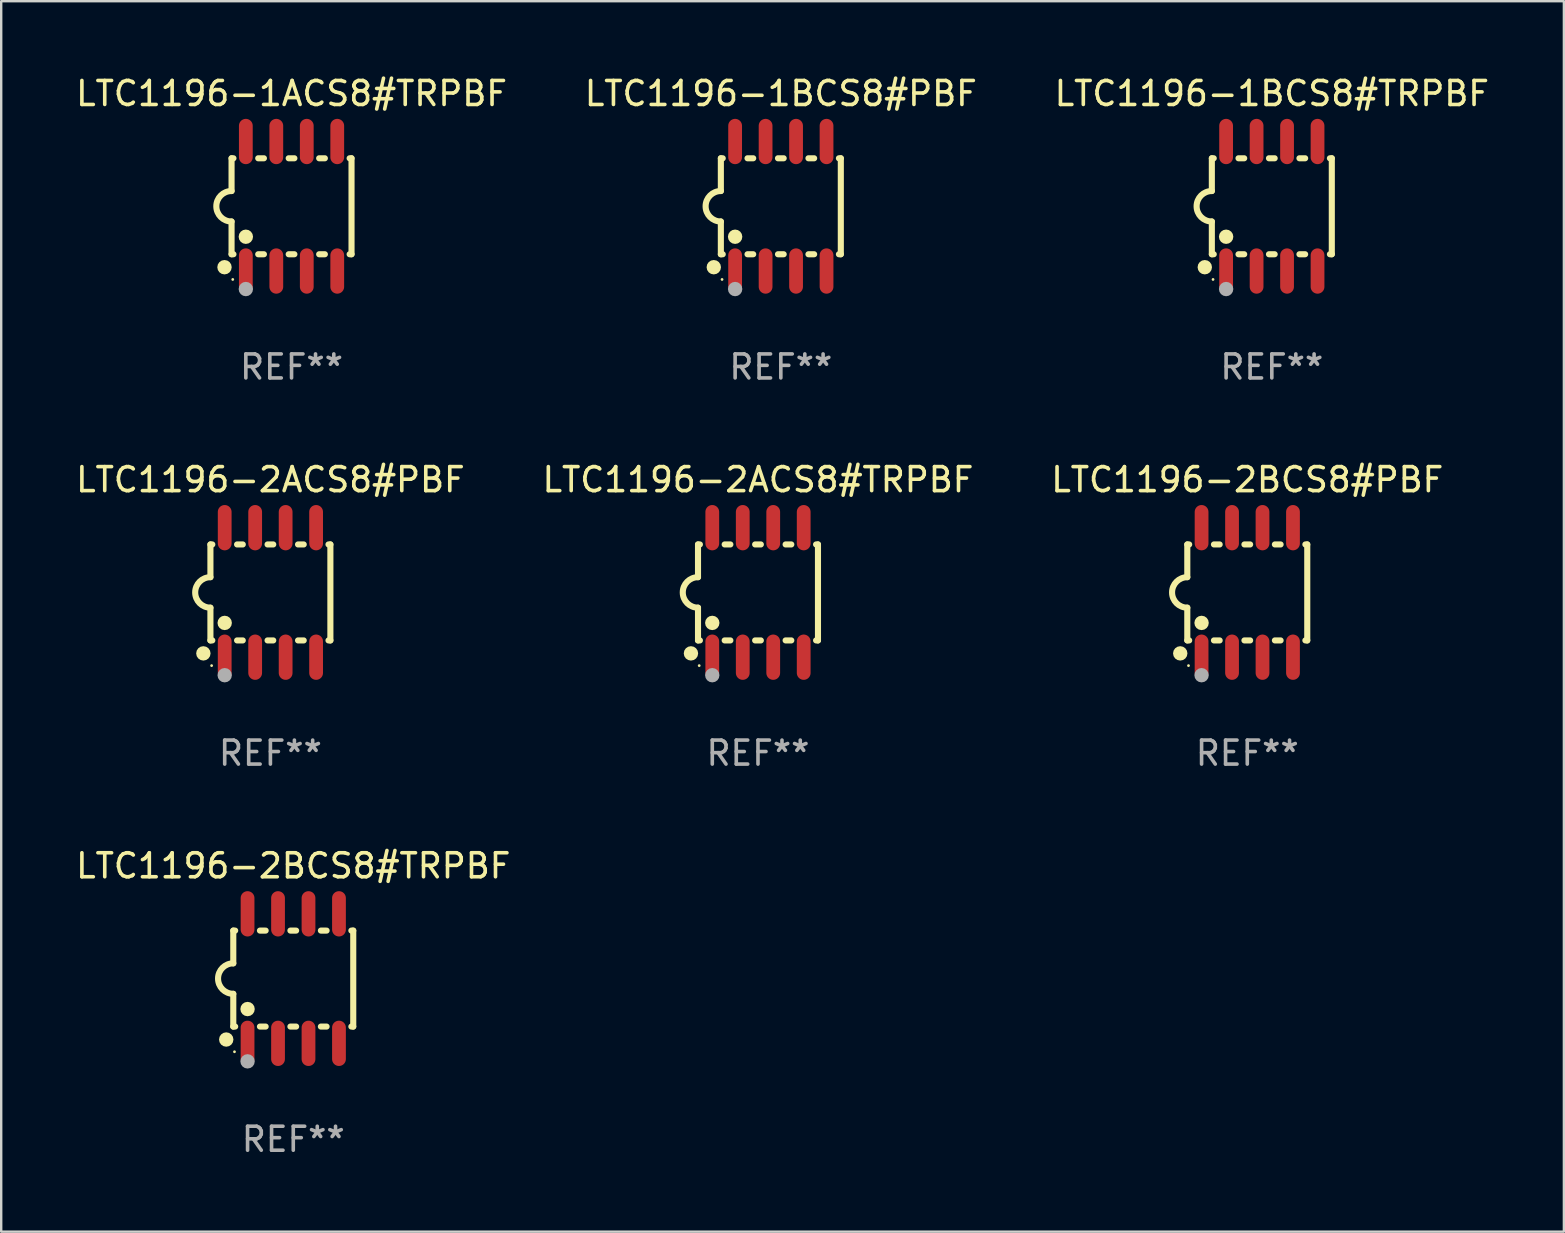
<source format=kicad_pcb>
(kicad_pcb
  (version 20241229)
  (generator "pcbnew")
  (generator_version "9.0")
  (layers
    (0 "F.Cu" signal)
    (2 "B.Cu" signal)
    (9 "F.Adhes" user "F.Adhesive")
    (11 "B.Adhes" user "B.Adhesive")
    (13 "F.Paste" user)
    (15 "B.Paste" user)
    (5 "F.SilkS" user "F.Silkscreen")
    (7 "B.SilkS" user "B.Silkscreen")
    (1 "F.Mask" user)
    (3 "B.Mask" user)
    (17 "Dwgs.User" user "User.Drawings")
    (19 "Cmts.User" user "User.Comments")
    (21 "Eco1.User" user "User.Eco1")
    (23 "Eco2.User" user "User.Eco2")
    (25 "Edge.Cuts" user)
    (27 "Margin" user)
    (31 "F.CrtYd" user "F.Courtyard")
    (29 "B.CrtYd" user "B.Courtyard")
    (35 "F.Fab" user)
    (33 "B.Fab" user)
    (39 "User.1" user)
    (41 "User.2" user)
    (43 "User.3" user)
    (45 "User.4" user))
  (footprint "LTC1196-2ACS8#TRPBF"
    (layer "F.Cu")
    (at 28.542 21.642)
    (property "Reference" "LTC1196-2ACS8#TRPBF" (at 0 -4.699 0) (layer "F.SilkS") (effects (font (size 1 1) (thickness 0.15))))
    (attr through_hole)
    (fp_line (start -2.5 -2) (end -2.5 -0.635) (stroke (width 0.254) (type solid)) (layer "F.SilkS"))
    (fp_line (start -2.5 -2) (end -2.421 -2) (stroke (width 0.254) (type solid)) (layer "F.SilkS"))
    (fp_line (start -2.5 2) (end -2.5 0.635) (stroke (width 0.254) (type solid)) (layer "F.SilkS"))
    (fp_line (start -2.5 2) (end -2.421 2) (stroke (width 0.254) (type solid)) (layer "F.SilkS"))
    (fp_line (start -1.389 -2) (end -1.151 -2) (stroke (width 0.254) (type solid)) (layer "F.SilkS"))
    (fp_line (start -1.389 2) (end -1.151 2) (stroke (width 0.254) (type solid)) (layer "F.SilkS"))
    (fp_line (start -0.119 -2) (end 0.119 -2) (stroke (width 0.254) (type solid)) (layer "F.SilkS"))
    (fp_line (start -0.119 2) (end 0.119 2) (stroke (width 0.254) (type solid)) (layer "F.SilkS"))
    (fp_line (start 1.151 -2) (end 1.389 -2) (stroke (width 0.254) (type solid)) (layer "F.SilkS"))
    (fp_line (start 1.151 2) (end 1.389 2) (stroke (width 0.254) (type solid)) (layer "F.SilkS"))
    (fp_line (start 2.421 -2) (end 2.5 -2) (stroke (width 0.254) (type solid)) (layer "F.SilkS"))
    (fp_line (start 2.421 2) (end 2.5 2) (stroke (width 0.254) (type solid)) (layer "F.SilkS"))
    (fp_line (start 2.5 -2) (end 2.5 2) (stroke (width 0.254) (type solid)) (layer "F.SilkS"))
    (fp_arc (start -2.5 0.635001) (mid -3.134366 -0.000318) (end -2.499365 -0.635001) (stroke (width 0.254001) (type solid)) (layer "F.SilkS"))
    (fp_circle (center -2.794 2.54) (end -2.644 2.54) (stroke (width 0.3) (type solid)) (fill no) (layer "F.SilkS"))
    (fp_circle (center -2.45 3.05) (end -2.42 3.05) (stroke (width 0.06) (type solid)) (fill no) (layer "F.SilkS"))
    (fp_circle (center -1.905 1.27) (end -1.755 1.27) (stroke (width 0.3) (type solid)) (fill no) (layer "F.SilkS"))
    (fp_circle (center -1.905 3.45) (end -1.755 3.45) (stroke (width 0.3) (type solid)) (fill no) (layer "F.Fab"))
    (fp_text user "REF**" (at 0 6.699 0) (layer "F.Fab") (effects (font (size 1 1) (thickness 0.15))))
    (pad "1" smd oval (at -1.905 2.699) (size 0.574 1.888) (layers "F.Cu" "F.Mask" "F.Paste"))
    (pad "2" smd oval (at -0.635 2.699) (size 0.574 1.888) (layers "F.Cu" "F.Mask" "F.Paste"))
    (pad "3" smd oval (at 0.635 2.699) (size 0.574 1.888) (layers "F.Cu" "F.Mask" "F.Paste"))
    (pad "4" smd oval (at 1.905 2.699) (size 0.574 1.888) (layers "F.Cu" "F.Mask" "F.Paste"))
    (pad "5" smd oval (at 1.905 -2.699) (size 0.574 1.888) (layers "F.Cu" "F.Mask" "F.Paste"))
    (pad "6" smd oval (at 0.635 -2.699) (size 0.574 1.888) (layers "F.Cu" "F.Mask" "F.Paste"))
    (pad "7" smd oval (at -0.635 -2.699) (size 0.574 1.888) (layers "F.Cu" "F.Mask" "F.Paste"))
    (pad "8" smd oval (at -1.905 -2.699) (size 0.574 1.888) (layers "F.Cu" "F.Mask" "F.Paste")))
  (footprint "LTC1196-2BCS8#PBF"
    (layer "F.Cu")
    (at 48.935 21.642)
    (property "Reference" "LTC1196-2BCS8#PBF" (at 0 -4.699 0) (layer "F.SilkS") (effects (font (size 1 1) (thickness 0.15))))
    (attr through_hole)
    (fp_line (start -2.5 -2) (end -2.5 -0.635) (stroke (width 0.254) (type solid)) (layer "F.SilkS"))
    (fp_line (start -2.5 -2) (end -2.421 -2) (stroke (width 0.254) (type solid)) (layer "F.SilkS"))
    (fp_line (start -2.5 2) (end -2.5 0.635) (stroke (width 0.254) (type solid)) (layer "F.SilkS"))
    (fp_line (start -2.5 2) (end -2.421 2) (stroke (width 0.254) (type solid)) (layer "F.SilkS"))
    (fp_line (start -1.389 -2) (end -1.151 -2) (stroke (width 0.254) (type solid)) (layer "F.SilkS"))
    (fp_line (start -1.389 2) (end -1.151 2) (stroke (width 0.254) (type solid)) (layer "F.SilkS"))
    (fp_line (start -0.119 -2) (end 0.119 -2) (stroke (width 0.254) (type solid)) (layer "F.SilkS"))
    (fp_line (start -0.119 2) (end 0.119 2) (stroke (width 0.254) (type solid)) (layer "F.SilkS"))
    (fp_line (start 1.151 -2) (end 1.389 -2) (stroke (width 0.254) (type solid)) (layer "F.SilkS"))
    (fp_line (start 1.151 2) (end 1.389 2) (stroke (width 0.254) (type solid)) (layer "F.SilkS"))
    (fp_line (start 2.421 -2) (end 2.5 -2) (stroke (width 0.254) (type solid)) (layer "F.SilkS"))
    (fp_line (start 2.421 2) (end 2.5 2) (stroke (width 0.254) (type solid)) (layer "F.SilkS"))
    (fp_line (start 2.5 -2) (end 2.5 2) (stroke (width 0.254) (type solid)) (layer "F.SilkS"))
    (fp_arc (start -2.5 0.635001) (mid -3.134366 -0.000318) (end -2.499365 -0.635001) (stroke (width 0.254001) (type solid)) (layer "F.SilkS"))
    (fp_circle (center -2.794 2.54) (end -2.644 2.54) (stroke (width 0.3) (type solid)) (fill no) (layer "F.SilkS"))
    (fp_circle (center -2.45 3.05) (end -2.42 3.05) (stroke (width 0.06) (type solid)) (fill no) (layer "F.SilkS"))
    (fp_circle (center -1.905 1.27) (end -1.755 1.27) (stroke (width 0.3) (type solid)) (fill no) (layer "F.SilkS"))
    (fp_circle (center -1.905 3.45) (end -1.755 3.45) (stroke (width 0.3) (type solid)) (fill no) (layer "F.Fab"))
    (fp_text user "REF**" (at 0 6.699 0) (layer "F.Fab") (effects (font (size 1 1) (thickness 0.15))))
    (pad "1" smd oval (at -1.905 2.699) (size 0.574 1.888) (layers "F.Cu" "F.Mask" "F.Paste"))
    (pad "2" smd oval (at -0.635 2.699) (size 0.574 1.888) (layers "F.Cu" "F.Mask" "F.Paste"))
    (pad "3" smd oval (at 0.635 2.699) (size 0.574 1.888) (layers "F.Cu" "F.Mask" "F.Paste"))
    (pad "4" smd oval (at 1.905 2.699) (size 0.574 1.888) (layers "F.Cu" "F.Mask" "F.Paste"))
    (pad "5" smd oval (at 1.905 -2.699) (size 0.574 1.888) (layers "F.Cu" "F.Mask" "F.Paste"))
    (pad "6" smd oval (at 0.635 -2.699) (size 0.574 1.888) (layers "F.Cu" "F.Mask" "F.Paste"))
    (pad "7" smd oval (at -0.635 -2.699) (size 0.574 1.888) (layers "F.Cu" "F.Mask" "F.Paste"))
    (pad "8" smd oval (at -1.905 -2.699) (size 0.574 1.888) (layers "F.Cu" "F.Mask" "F.Paste")))
  (footprint "LTC1196-1BCS8#TRPBF"
    (layer "F.Cu")
    (at 49.958 5.547)
    (property "Reference" "LTC1196-1BCS8#TRPBF" (at 0 -4.699 0) (layer "F.SilkS") (effects (font (size 1 1) (thickness 0.15))))
    (attr through_hole)
    (fp_line (start -2.5 -2) (end -2.5 -0.635) (stroke (width 0.254) (type solid)) (layer "F.SilkS"))
    (fp_line (start -2.5 -2) (end -2.421 -2) (stroke (width 0.254) (type solid)) (layer "F.SilkS"))
    (fp_line (start -2.5 2) (end -2.5 0.635) (stroke (width 0.254) (type solid)) (layer "F.SilkS"))
    (fp_line (start -2.5 2) (end -2.421 2) (stroke (width 0.254) (type solid)) (layer "F.SilkS"))
    (fp_line (start -1.389 -2) (end -1.151 -2) (stroke (width 0.254) (type solid)) (layer "F.SilkS"))
    (fp_line (start -1.389 2) (end -1.151 2) (stroke (width 0.254) (type solid)) (layer "F.SilkS"))
    (fp_line (start -0.119 -2) (end 0.119 -2) (stroke (width 0.254) (type solid)) (layer "F.SilkS"))
    (fp_line (start -0.119 2) (end 0.119 2) (stroke (width 0.254) (type solid)) (layer "F.SilkS"))
    (fp_line (start 1.151 -2) (end 1.389 -2) (stroke (width 0.254) (type solid)) (layer "F.SilkS"))
    (fp_line (start 1.151 2) (end 1.389 2) (stroke (width 0.254) (type solid)) (layer "F.SilkS"))
    (fp_line (start 2.421 -2) (end 2.5 -2) (stroke (width 0.254) (type solid)) (layer "F.SilkS"))
    (fp_line (start 2.421 2) (end 2.5 2) (stroke (width 0.254) (type solid)) (layer "F.SilkS"))
    (fp_line (start 2.5 -2) (end 2.5 2) (stroke (width 0.254) (type solid)) (layer "F.SilkS"))
    (fp_arc (start -2.5 0.635001) (mid -3.134366 -0.000318) (end -2.499365 -0.635001) (stroke (width 0.254001) (type solid)) (layer "F.SilkS"))
    (fp_circle (center -2.794 2.54) (end -2.644 2.54) (stroke (width 0.3) (type solid)) (fill no) (layer "F.SilkS"))
    (fp_circle (center -2.45 3.05) (end -2.42 3.05) (stroke (width 0.06) (type solid)) (fill no) (layer "F.SilkS"))
    (fp_circle (center -1.905 1.27) (end -1.755 1.27) (stroke (width 0.3) (type solid)) (fill no) (layer "F.SilkS"))
    (fp_circle (center -1.905 3.45) (end -1.755 3.45) (stroke (width 0.3) (type solid)) (fill no) (layer "F.Fab"))
    (fp_text user "REF**" (at 0 6.699 0) (layer "F.Fab") (effects (font (size 1 1) (thickness 0.15))))
    (pad "1" smd oval (at -1.905 2.699) (size 0.574 1.888) (layers "F.Cu" "F.Mask" "F.Paste"))
    (pad "2" smd oval (at -0.635 2.699) (size 0.574 1.888) (layers "F.Cu" "F.Mask" "F.Paste"))
    (pad "3" smd oval (at 0.635 2.699) (size 0.574 1.888) (layers "F.Cu" "F.Mask" "F.Paste"))
    (pad "4" smd oval (at 1.905 2.699) (size 0.574 1.888) (layers "F.Cu" "F.Mask" "F.Paste"))
    (pad "5" smd oval (at 1.905 -2.699) (size 0.574 1.888) (layers "F.Cu" "F.Mask" "F.Paste"))
    (pad "6" smd oval (at 0.635 -2.699) (size 0.574 1.888) (layers "F.Cu" "F.Mask" "F.Paste"))
    (pad "7" smd oval (at -0.635 -2.699) (size 0.574 1.888) (layers "F.Cu" "F.Mask" "F.Paste"))
    (pad "8" smd oval (at -1.905 -2.699) (size 0.574 1.888) (layers "F.Cu" "F.Mask" "F.Paste")))
  (footprint "LTC1196-1ACS8#TRPBF"
    (layer "F.Cu")
    (at 9.101 5.547)
    (property "Reference" "LTC1196-1ACS8#TRPBF" (at 0 -4.699 0) (layer "F.SilkS") (effects (font (size 1 1) (thickness 0.15))))
    (attr through_hole)
    (fp_line (start -2.5 -2) (end -2.5 -0.635) (stroke (width 0.254) (type solid)) (layer "F.SilkS"))
    (fp_line (start -2.5 -2) (end -2.421 -2) (stroke (width 0.254) (type solid)) (layer "F.SilkS"))
    (fp_line (start -2.5 2) (end -2.5 0.635) (stroke (width 0.254) (type solid)) (layer "F.SilkS"))
    (fp_line (start -2.5 2) (end -2.421 2) (stroke (width 0.254) (type solid)) (layer "F.SilkS"))
    (fp_line (start -1.389 -2) (end -1.151 -2) (stroke (width 0.254) (type solid)) (layer "F.SilkS"))
    (fp_line (start -1.389 2) (end -1.151 2) (stroke (width 0.254) (type solid)) (layer "F.SilkS"))
    (fp_line (start -0.119 -2) (end 0.119 -2) (stroke (width 0.254) (type solid)) (layer "F.SilkS"))
    (fp_line (start -0.119 2) (end 0.119 2) (stroke (width 0.254) (type solid)) (layer "F.SilkS"))
    (fp_line (start 1.151 -2) (end 1.389 -2) (stroke (width 0.254) (type solid)) (layer "F.SilkS"))
    (fp_line (start 1.151 2) (end 1.389 2) (stroke (width 0.254) (type solid)) (layer "F.SilkS"))
    (fp_line (start 2.421 -2) (end 2.5 -2) (stroke (width 0.254) (type solid)) (layer "F.SilkS"))
    (fp_line (start 2.421 2) (end 2.5 2) (stroke (width 0.254) (type solid)) (layer "F.SilkS"))
    (fp_line (start 2.5 -2) (end 2.5 2) (stroke (width 0.254) (type solid)) (layer "F.SilkS"))
    (fp_arc (start -2.5 0.635001) (mid -3.134366 -0.000318) (end -2.499365 -0.635001) (stroke (width 0.254001) (type solid)) (layer "F.SilkS"))
    (fp_circle (center -2.794 2.54) (end -2.644 2.54) (stroke (width 0.3) (type solid)) (fill no) (layer "F.SilkS"))
    (fp_circle (center -2.45 3.05) (end -2.42 3.05) (stroke (width 0.06) (type solid)) (fill no) (layer "F.SilkS"))
    (fp_circle (center -1.905 1.27) (end -1.755 1.27) (stroke (width 0.3) (type solid)) (fill no) (layer "F.SilkS"))
    (fp_circle (center -1.905 3.45) (end -1.755 3.45) (stroke (width 0.3) (type solid)) (fill no) (layer "F.Fab"))
    (fp_text user "REF**" (at 0 6.699 0) (layer "F.Fab") (effects (font (size 1 1) (thickness 0.15))))
    (pad "1" smd oval (at -1.905 2.699) (size 0.574 1.888) (layers "F.Cu" "F.Mask" "F.Paste"))
    (pad "2" smd oval (at -0.635 2.699) (size 0.574 1.888) (layers "F.Cu" "F.Mask" "F.Paste"))
    (pad "3" smd oval (at 0.635 2.699) (size 0.574 1.888) (layers "F.Cu" "F.Mask" "F.Paste"))
    (pad "4" smd oval (at 1.905 2.699) (size 0.574 1.888) (layers "F.Cu" "F.Mask" "F.Paste"))
    (pad "5" smd oval (at 1.905 -2.699) (size 0.574 1.888) (layers "F.Cu" "F.Mask" "F.Paste"))
    (pad "6" smd oval (at 0.635 -2.699) (size 0.574 1.888) (layers "F.Cu" "F.Mask" "F.Paste"))
    (pad "7" smd oval (at -0.635 -2.699) (size 0.574 1.888) (layers "F.Cu" "F.Mask" "F.Paste"))
    (pad "8" smd oval (at -1.905 -2.699) (size 0.574 1.888) (layers "F.Cu" "F.Mask" "F.Paste")))
  (footprint "LTC1196-2BCS8#TRPBF"
    (layer "F.Cu")
    (at 9.173 37.736)
    (property "Reference" "LTC1196-2BCS8#TRPBF" (at 0 -4.699 0) (layer "F.SilkS") (effects (font (size 1 1) (thickness 0.15))))
    (attr through_hole)
    (fp_line (start -2.5 -2) (end -2.5 -0.635) (stroke (width 0.254) (type solid)) (layer "F.SilkS"))
    (fp_line (start -2.5 -2) (end -2.421 -2) (stroke (width 0.254) (type solid)) (layer "F.SilkS"))
    (fp_line (start -2.5 2) (end -2.5 0.635) (stroke (width 0.254) (type solid)) (layer "F.SilkS"))
    (fp_line (start -2.5 2) (end -2.421 2) (stroke (width 0.254) (type solid)) (layer "F.SilkS"))
    (fp_line (start -1.389 -2) (end -1.151 -2) (stroke (width 0.254) (type solid)) (layer "F.SilkS"))
    (fp_line (start -1.389 2) (end -1.151 2) (stroke (width 0.254) (type solid)) (layer "F.SilkS"))
    (fp_line (start -0.119 -2) (end 0.119 -2) (stroke (width 0.254) (type solid)) (layer "F.SilkS"))
    (fp_line (start -0.119 2) (end 0.119 2) (stroke (width 0.254) (type solid)) (layer "F.SilkS"))
    (fp_line (start 1.151 -2) (end 1.389 -2) (stroke (width 0.254) (type solid)) (layer "F.SilkS"))
    (fp_line (start 1.151 2) (end 1.389 2) (stroke (width 0.254) (type solid)) (layer "F.SilkS"))
    (fp_line (start 2.421 -2) (end 2.5 -2) (stroke (width 0.254) (type solid)) (layer "F.SilkS"))
    (fp_line (start 2.421 2) (end 2.5 2) (stroke (width 0.254) (type solid)) (layer "F.SilkS"))
    (fp_line (start 2.5 -2) (end 2.5 2) (stroke (width 0.254) (type solid)) (layer "F.SilkS"))
    (fp_arc (start -2.5 0.635001) (mid -3.134366 -0.000318) (end -2.499365 -0.635001) (stroke (width 0.254001) (type solid)) (layer "F.SilkS"))
    (fp_circle (center -2.794 2.54) (end -2.644 2.54) (stroke (width 0.3) (type solid)) (fill no) (layer "F.SilkS"))
    (fp_circle (center -2.45 3.05) (end -2.42 3.05) (stroke (width 0.06) (type solid)) (fill no) (layer "F.SilkS"))
    (fp_circle (center -1.905 1.27) (end -1.755 1.27) (stroke (width 0.3) (type solid)) (fill no) (layer "F.SilkS"))
    (fp_circle (center -1.905 3.45) (end -1.755 3.45) (stroke (width 0.3) (type solid)) (fill no) (layer "F.Fab"))
    (fp_text user "REF**" (at 0 6.699 0) (layer "F.Fab") (effects (font (size 1 1) (thickness 0.15))))
    (pad "1" smd oval (at -1.905 2.699) (size 0.574 1.888) (layers "F.Cu" "F.Mask" "F.Paste"))
    (pad "2" smd oval (at -0.635 2.699) (size 0.574 1.888) (layers "F.Cu" "F.Mask" "F.Paste"))
    (pad "3" smd oval (at 0.635 2.699) (size 0.574 1.888) (layers "F.Cu" "F.Mask" "F.Paste"))
    (pad "4" smd oval (at 1.905 2.699) (size 0.574 1.888) (layers "F.Cu" "F.Mask" "F.Paste"))
    (pad "5" smd oval (at 1.905 -2.699) (size 0.574 1.888) (layers "F.Cu" "F.Mask" "F.Paste"))
    (pad "6" smd oval (at 0.635 -2.699) (size 0.574 1.888) (layers "F.Cu" "F.Mask" "F.Paste"))
    (pad "7" smd oval (at -0.635 -2.699) (size 0.574 1.888) (layers "F.Cu" "F.Mask" "F.Paste"))
    (pad "8" smd oval (at -1.905 -2.699) (size 0.574 1.888) (layers "F.Cu" "F.Mask" "F.Paste")))
  (footprint "LTC1196-2ACS8#PBF"
    (layer "F.Cu")
    (at 8.22 21.642)
    (property "Reference" "LTC1196-2ACS8#PBF" (at 0 -4.699 0) (layer "F.SilkS") (effects (font (size 1 1) (thickness 0.15))))
    (attr through_hole)
    (fp_line (start -2.5 -2) (end -2.5 -0.635) (stroke (width 0.254) (type solid)) (layer "F.SilkS"))
    (fp_line (start -2.5 -2) (end -2.421 -2) (stroke (width 0.254) (type solid)) (layer "F.SilkS"))
    (fp_line (start -2.5 2) (end -2.5 0.635) (stroke (width 0.254) (type solid)) (layer "F.SilkS"))
    (fp_line (start -2.5 2) (end -2.421 2) (stroke (width 0.254) (type solid)) (layer "F.SilkS"))
    (fp_line (start -1.389 -2) (end -1.151 -2) (stroke (width 0.254) (type solid)) (layer "F.SilkS"))
    (fp_line (start -1.389 2) (end -1.151 2) (stroke (width 0.254) (type solid)) (layer "F.SilkS"))
    (fp_line (start -0.119 -2) (end 0.119 -2) (stroke (width 0.254) (type solid)) (layer "F.SilkS"))
    (fp_line (start -0.119 2) (end 0.119 2) (stroke (width 0.254) (type solid)) (layer "F.SilkS"))
    (fp_line (start 1.151 -2) (end 1.389 -2) (stroke (width 0.254) (type solid)) (layer "F.SilkS"))
    (fp_line (start 1.151 2) (end 1.389 2) (stroke (width 0.254) (type solid)) (layer "F.SilkS"))
    (fp_line (start 2.421 -2) (end 2.5 -2) (stroke (width 0.254) (type solid)) (layer "F.SilkS"))
    (fp_line (start 2.421 2) (end 2.5 2) (stroke (width 0.254) (type solid)) (layer "F.SilkS"))
    (fp_line (start 2.5 -2) (end 2.5 2) (stroke (width 0.254) (type solid)) (layer "F.SilkS"))
    (fp_arc (start -2.5 0.635001) (mid -3.134366 -0.000318) (end -2.499365 -0.635001) (stroke (width 0.254001) (type solid)) (layer "F.SilkS"))
    (fp_circle (center -2.794 2.54) (end -2.644 2.54) (stroke (width 0.3) (type solid)) (fill no) (layer "F.SilkS"))
    (fp_circle (center -2.45 3.05) (end -2.42 3.05) (stroke (width 0.06) (type solid)) (fill no) (layer "F.SilkS"))
    (fp_circle (center -1.905 1.27) (end -1.755 1.27) (stroke (width 0.3) (type solid)) (fill no) (layer "F.SilkS"))
    (fp_circle (center -1.905 3.45) (end -1.755 3.45) (stroke (width 0.3) (type solid)) (fill no) (layer "F.Fab"))
    (fp_text user "REF**" (at 0 6.699 0) (layer "F.Fab") (effects (font (size 1 1) (thickness 0.15))))
    (pad "1" smd oval (at -1.905 2.699) (size 0.574 1.888) (layers "F.Cu" "F.Mask" "F.Paste"))
    (pad "2" smd oval (at -0.635 2.699) (size 0.574 1.888) (layers "F.Cu" "F.Mask" "F.Paste"))
    (pad "3" smd oval (at 0.635 2.699) (size 0.574 1.888) (layers "F.Cu" "F.Mask" "F.Paste"))
    (pad "4" smd oval (at 1.905 2.699) (size 0.574 1.888) (layers "F.Cu" "F.Mask" "F.Paste"))
    (pad "5" smd oval (at 1.905 -2.699) (size 0.574 1.888) (layers "F.Cu" "F.Mask" "F.Paste"))
    (pad "6" smd oval (at 0.635 -2.699) (size 0.574 1.888) (layers "F.Cu" "F.Mask" "F.Paste"))
    (pad "7" smd oval (at -0.635 -2.699) (size 0.574 1.888) (layers "F.Cu" "F.Mask" "F.Paste"))
    (pad "8" smd oval (at -1.905 -2.699) (size 0.574 1.888) (layers "F.Cu" "F.Mask" "F.Paste")))
  (footprint "LTC1196-1BCS8#PBF"
    (layer "F.Cu")
    (at 29.494 5.547)
    (property "Reference" "LTC1196-1BCS8#PBF" (at 0 -4.699 0) (layer "F.SilkS") (effects (font (size 1 1) (thickness 0.15))))
    (attr through_hole)
    (fp_line (start -2.5 -2) (end -2.5 -0.635) (stroke (width 0.254) (type solid)) (layer "F.SilkS"))
    (fp_line (start -2.5 -2) (end -2.421 -2) (stroke (width 0.254) (type solid)) (layer "F.SilkS"))
    (fp_line (start -2.5 2) (end -2.5 0.635) (stroke (width 0.254) (type solid)) (layer "F.SilkS"))
    (fp_line (start -2.5 2) (end -2.421 2) (stroke (width 0.254) (type solid)) (layer "F.SilkS"))
    (fp_line (start -1.389 -2) (end -1.151 -2) (stroke (width 0.254) (type solid)) (layer "F.SilkS"))
    (fp_line (start -1.389 2) (end -1.151 2) (stroke (width 0.254) (type solid)) (layer "F.SilkS"))
    (fp_line (start -0.119 -2) (end 0.119 -2) (stroke (width 0.254) (type solid)) (layer "F.SilkS"))
    (fp_line (start -0.119 2) (end 0.119 2) (stroke (width 0.254) (type solid)) (layer "F.SilkS"))
    (fp_line (start 1.151 -2) (end 1.389 -2) (stroke (width 0.254) (type solid)) (layer "F.SilkS"))
    (fp_line (start 1.151 2) (end 1.389 2) (stroke (width 0.254) (type solid)) (layer "F.SilkS"))
    (fp_line (start 2.421 -2) (end 2.5 -2) (stroke (width 0.254) (type solid)) (layer "F.SilkS"))
    (fp_line (start 2.421 2) (end 2.5 2) (stroke (width 0.254) (type solid)) (layer "F.SilkS"))
    (fp_line (start 2.5 -2) (end 2.5 2) (stroke (width 0.254) (type solid)) (layer "F.SilkS"))
    (fp_arc (start -2.5 0.635001) (mid -3.134366 -0.000318) (end -2.499365 -0.635001) (stroke (width 0.254001) (type solid)) (layer "F.SilkS"))
    (fp_circle (center -2.794 2.54) (end -2.644 2.54) (stroke (width 0.3) (type solid)) (fill no) (layer "F.SilkS"))
    (fp_circle (center -2.45 3.05) (end -2.42 3.05) (stroke (width 0.06) (type solid)) (fill no) (layer "F.SilkS"))
    (fp_circle (center -1.905 1.27) (end -1.755 1.27) (stroke (width 0.3) (type solid)) (fill no) (layer "F.SilkS"))
    (fp_circle (center -1.905 3.45) (end -1.755 3.45) (stroke (width 0.3) (type solid)) (fill no) (layer "F.Fab"))
    (fp_text user "REF**" (at 0 6.699 0) (layer "F.Fab") (effects (font (size 1 1) (thickness 0.15))))
    (pad "1" smd oval (at -1.905 2.699) (size 0.574 1.888) (layers "F.Cu" "F.Mask" "F.Paste"))
    (pad "2" smd oval (at -0.635 2.699) (size 0.574 1.888) (layers "F.Cu" "F.Mask" "F.Paste"))
    (pad "3" smd oval (at 0.635 2.699) (size 0.574 1.888) (layers "F.Cu" "F.Mask" "F.Paste"))
    (pad "4" smd oval (at 1.905 2.699) (size 0.574 1.888) (layers "F.Cu" "F.Mask" "F.Paste"))
    (pad "5" smd oval (at 1.905 -2.699) (size 0.574 1.888) (layers "F.Cu" "F.Mask" "F.Paste"))
    (pad "6" smd oval (at 0.635 -2.699) (size 0.574 1.888) (layers "F.Cu" "F.Mask" "F.Paste"))
    (pad "7" smd oval (at -0.635 -2.699) (size 0.574 1.888) (layers "F.Cu" "F.Mask" "F.Paste"))
    (pad "8" smd oval (at -1.905 -2.699) (size 0.574 1.888) (layers "F.Cu" "F.Mask" "F.Paste")))
  (gr_rect
    (start -3 -3)
    (end 62.131 48.284)
    (stroke (width 0.1) (type default))
    (fill no)
    (layer "Edge.Cuts")))
</source>
